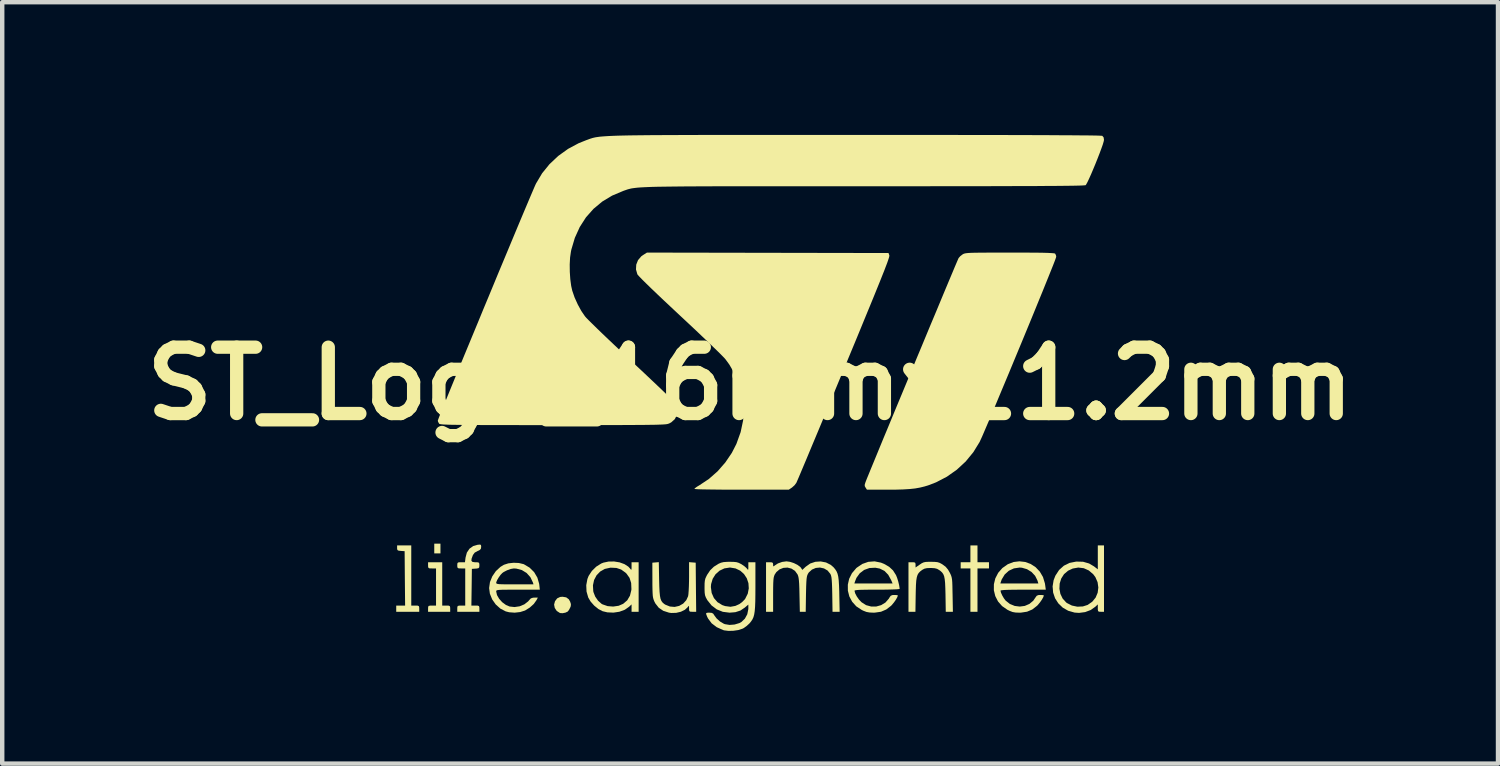
<source format=kicad_pcb>
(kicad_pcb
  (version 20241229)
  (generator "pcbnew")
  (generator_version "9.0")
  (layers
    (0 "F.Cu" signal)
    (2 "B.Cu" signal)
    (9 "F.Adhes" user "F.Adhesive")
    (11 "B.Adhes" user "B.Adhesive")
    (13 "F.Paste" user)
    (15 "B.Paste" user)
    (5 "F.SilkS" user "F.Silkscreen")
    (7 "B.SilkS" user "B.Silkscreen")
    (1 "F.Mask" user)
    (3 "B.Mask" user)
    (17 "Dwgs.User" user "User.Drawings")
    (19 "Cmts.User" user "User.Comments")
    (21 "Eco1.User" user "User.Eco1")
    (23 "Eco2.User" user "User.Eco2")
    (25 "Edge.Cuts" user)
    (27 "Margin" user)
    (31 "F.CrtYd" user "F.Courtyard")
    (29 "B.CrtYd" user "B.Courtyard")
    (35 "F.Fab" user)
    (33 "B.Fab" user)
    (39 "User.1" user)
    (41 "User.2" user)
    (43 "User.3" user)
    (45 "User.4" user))
  (footprint "ST_Logo_16mmx11.2mm"
    (layer "F.Cu")
    (at 13.907 5.62)
    (property "Reference" "ST_Logo_16mmx11.2mm" (at 0 0 0) (layer "F.SilkS") (effects (font (size 1.5 1.5) (thickness 0.3))))
    (attr board_only exclude_from_pos_files exclude_from_bom)
    (fp_poly (pts (xy -7 3.73) (xy -7 3.84) (xy -7.07 3.84) (xy -7.14 3.84) (xy -7.14 3.73) (xy -7.14 3.62) (xy -7.07 3.62) (xy -7 3.62)) (stroke (width 0) (type solid)) (fill yes) (layer "F.SilkS"))
    (fp_poly (pts (xy -4.157 4.834) (xy -4.099 4.877) (xy -4.068 4.932) (xy -4.051 4.986) (xy -4.054 5.032) (xy -4.067 5.065) (xy -4.094 5.117) (xy -4.122 5.154) (xy -4.124 5.155) (xy -4.173 5.179) (xy -4.237 5.192) (xy -4.293 5.189) (xy -4.3 5.187) (xy -4.371 5.141) (xy -4.416 5.074) (xy -4.431 4.998) (xy -4.411 4.922) (xy -4.362 4.857) (xy -4.295 4.825) (xy -4.24 4.82)) (stroke (width 0) (type solid)) (fill yes) (layer "F.SilkS"))
    (fp_poly (pts (xy -7.66 4.34) (xy -7.66 5.02) (xy -7.57 5.02) (xy -7.515 5.021) (xy -7.489 5.032) (xy -7.481 5.059) (xy -7.48 5.09) (xy -7.48 5.16) (xy -7.74 5.16) (xy -8 5.16) (xy -8 5.09) (xy -8 5.02) (xy -7.9 5.02) (xy -7.799 5.02) (xy -7.805 4.405) (xy -7.81 3.79) (xy -7.895 3.784) (xy -7.948 3.778) (xy -7.973 3.764) (xy -7.98 3.734) (xy -7.98 3.719) (xy -7.98 3.66) (xy -7.82 3.66) (xy -7.66 3.66)) (stroke (width 0) (type solid)) (fill yes) (layer "F.SilkS"))
    (fp_poly (pts (xy 5.14 3.85) (xy 5.14 4.04) (xy 5.27 4.04) (xy 5.4 4.04) (xy 5.4 4.11) (xy 5.4 4.18) (xy 5.27 4.18) (xy 5.14 4.18) (xy 5.14 4.67) (xy 5.14 5.16) (xy 5.06 5.16) (xy 4.98 5.16) (xy 4.98 4.67) (xy 4.98 4.18) (xy 4.87 4.18) (xy 4.76 4.18) (xy 4.76 4.11) (xy 4.76 4.04) (xy 4.87 4.04) (xy 4.98 4.04) (xy 4.98 3.85) (xy 4.98 3.66) (xy 5.06 3.66) (xy 5.14 3.66)) (stroke (width 0) (type solid)) (fill yes) (layer "F.SilkS"))
    (fp_poly (pts (xy -6.96 4.53) (xy -6.96 5.02) (xy -6.87 5.02) (xy -6.815 5.021) (xy -6.789 5.032) (xy -6.781 5.059) (xy -6.78 5.09) (xy -6.78 5.16) (xy -7.03 5.16) (xy -7.28 5.16) (xy -7.28 5.09) (xy -7.278 5.047) (xy -7.265 5.027) (xy -7.23 5.02) (xy -7.19 5.02) (xy -7.1 5.02) (xy -7.1 4.6) (xy -7.1 4.18) (xy -7.19 4.18) (xy -7.245 4.179) (xy -7.271 4.168) (xy -7.279 4.141) (xy -7.28 4.11) (xy -7.28 4.04) (xy -7.12 4.04) (xy -6.96 4.04)) (stroke (width 0) (type solid)) (fill yes) (layer "F.SilkS"))
    (fp_poly (pts (xy -1.305 4.044) (xy -1.23 4.05) (xy -1.225 4.605) (xy -1.219 5.16) (xy -1.3 5.16) (xy -1.351 5.158) (xy -1.374 5.145) (xy -1.38 5.11) (xy -1.38 5.086) (xy -1.381 5.038) (xy -1.387 5.026) (xy -1.404 5.045) (xy -1.411 5.056) (xy -1.475 5.115) (xy -1.565 5.159) (xy -1.671 5.184) (xy -1.782 5.187) (xy -1.833 5.18) (xy -1.963 5.138) (xy -2.065 5.069) (xy -2.142 4.971) (xy -2.167 4.922) (xy -2.181 4.886) (xy -2.192 4.849) (xy -2.2 4.802) (xy -2.204 4.741) (xy -2.207 4.657) (xy -2.209 4.546) (xy -2.209 4.44) (xy -2.21 4.05) (xy -2.137 4.044) (xy -2.064 4.038) (xy -2.057 4.434) (xy -2.053 4.588) (xy -2.047 4.708) (xy -2.038 4.799) (xy -2.025 4.866) (xy -2.005 4.915) (xy -1.978 4.952) (xy -1.943 4.982) (xy -1.917 4.999) (xy -1.813 5.041) (xy -1.706 5.05) (xy -1.604 5.027) (xy -1.513 4.975) (xy -1.443 4.898) (xy -1.402 4.809) (xy -1.395 4.763) (xy -1.389 4.685) (xy -1.384 4.584) (xy -1.381 4.469) (xy -1.38 4.384) (xy -1.38 4.038)) (stroke (width 0) (type solid)) (fill yes) (layer "F.SilkS"))
    (fp_poly (pts (xy -6.087 3.647) (xy -6.08 3.673) (xy -6.08 3.694) (xy -6.086 3.735) (xy -6.11 3.762) (xy -6.16 3.786) (xy -6.226 3.823) (xy -6.266 3.877) (xy -6.27 3.888) (xy -6.297 3.962) (xy -6.3 4.008) (xy -6.277 4.032) (xy -6.225 4.04) (xy -6.21 4.04) (xy -6.155 4.042) (xy -6.129 4.052) (xy -6.121 4.079) (xy -6.12 4.109) (xy -6.123 4.152) (xy -6.138 4.173) (xy -6.176 4.182) (xy -6.205 4.184) (xy -6.29 4.19) (xy -6.295 4.605) (xy -6.301 5.02) (xy -6.21 5.02) (xy -6.155 5.021) (xy -6.129 5.032) (xy -6.121 5.058) (xy -6.12 5.09) (xy -6.12 5.16) (xy -6.37 5.16) (xy -6.62 5.16) (xy -6.62 5.09) (xy -6.618 5.047) (xy -6.605 5.027) (xy -6.57 5.02) (xy -6.53 5.02) (xy -6.44 5.02) (xy -6.44 4.6) (xy -6.44 4.18) (xy -6.53 4.18) (xy -6.585 4.179) (xy -6.611 4.168) (xy -6.619 4.141) (xy -6.62 4.11) (xy -6.618 4.067) (xy -6.604 4.046) (xy -6.568 4.04) (xy -6.533 4.04) (xy -6.446 4.04) (xy -6.433 3.935) (xy -6.403 3.822) (xy -6.343 3.733) (xy -6.258 3.673) (xy -6.163 3.646) (xy -6.111 3.641)) (stroke (width 0) (type solid)) (fill yes) (layer "F.SilkS"))
    (fp_poly (pts (xy 4.174 4.032) (xy 4.235 4.038) (xy 4.283 4.053) (xy 4.334 4.08) (xy 4.351 4.091) (xy 4.421 4.143) (xy 4.474 4.207) (xy 4.51 4.269) (xy 4.531 4.311) (xy 4.546 4.347) (xy 4.557 4.386) (xy 4.565 4.432) (xy 4.57 4.495) (xy 4.573 4.579) (xy 4.575 4.693) (xy 4.577 4.774) (xy 4.584 5.16) (xy 4.503 5.16) (xy 4.423 5.16) (xy 4.417 4.775) (xy 4.413 4.625) (xy 4.408 4.509) (xy 4.399 4.422) (xy 4.386 4.356) (xy 4.366 4.308) (xy 4.339 4.27) (xy 4.302 4.236) (xy 4.275 4.217) (xy 4.227 4.189) (xy 4.171 4.175) (xy 4.094 4.17) (xy 4.08 4.17) (xy 3.998 4.173) (xy 3.94 4.186) (xy 3.892 4.212) (xy 3.885 4.217) (xy 3.842 4.25) (xy 3.809 4.285) (xy 3.785 4.326) (xy 3.768 4.381) (xy 3.756 4.455) (xy 3.749 4.554) (xy 3.745 4.683) (xy 3.743 4.775) (xy 3.737 5.16) (xy 3.658 5.16) (xy 3.58 5.16) (xy 3.58 4.6) (xy 3.58 4.04) (xy 3.66 4.04) (xy 3.711 4.042) (xy 3.734 4.055) (xy 3.74 4.087) (xy 3.74 4.1) (xy 3.74 4.159) (xy 3.832 4.095) (xy 3.881 4.062) (xy 3.923 4.043) (xy 3.972 4.033) (xy 4.04 4.03) (xy 4.088 4.03)) (stroke (width 0) (type solid)) (fill yes) (layer "F.SilkS"))
    (fp_poly (pts (xy 8 4.41) (xy 8 5.16) (xy 7.93 5.16) (xy 7.886 5.158) (xy 7.866 5.144) (xy 7.86 5.106) (xy 7.86 5.076) (xy 7.86 4.993) (xy 7.805 5.045) (xy 7.701 5.119) (xy 7.574 5.167) (xy 7.437 5.185) (xy 7.335 5.178) (xy 7.191 5.137) (xy 7.067 5.066) (xy 6.968 4.97) (xy 6.894 4.855) (xy 6.85 4.726) (xy 6.843 4.639) (xy 6.992 4.639) (xy 7.014 4.755) (xy 7.065 4.861) (xy 7.145 4.949) (xy 7.164 4.963) (xy 7.274 5.019) (xy 7.398 5.045) (xy 7.523 5.039) (xy 7.63 5.005) (xy 7.734 4.933) (xy 7.811 4.839) (xy 7.857 4.729) (xy 7.872 4.611) (xy 7.855 4.491) (xy 7.805 4.376) (xy 7.757 4.312) (xy 7.657 4.226) (xy 7.543 4.175) (xy 7.419 4.16) (xy 7.294 4.182) (xy 7.187 4.232) (xy 7.096 4.31) (xy 7.033 4.409) (xy 6.998 4.521) (xy 6.992 4.639) (xy 6.843 4.639) (xy 6.838 4.588) (xy 6.861 4.446) (xy 6.901 4.344) (xy 6.985 4.215) (xy 7.093 4.118) (xy 7.222 4.055) (xy 7.373 4.025) (xy 7.374 4.025) (xy 7.527 4.029) (xy 7.663 4.068) (xy 7.773 4.133) (xy 7.86 4.2) (xy 7.86 3.93) (xy 7.86 3.66) (xy 7.93 3.66) (xy 8 3.66)) (stroke (width 0) (type solid)) (fill yes) (layer "F.SilkS"))
    (fp_poly (pts (xy -2.95 4.043) (xy -2.84 4.083) (xy -2.752 4.14) (xy -2.711 4.185) (xy -2.692 4.209) (xy -2.683 4.207) (xy -2.68 4.175) (xy -2.68 4.134) (xy -2.68 4.04) (xy -2.6 4.04) (xy -2.52 4.04) (xy -2.52 4.6) (xy -2.52 5.16) (xy -2.6 5.16) (xy -2.68 5.16) (xy -2.68 5.076) (xy -2.68 4.993) (xy -2.735 5.045) (xy -2.833 5.114) (xy -2.955 5.159) (xy -3.089 5.179) (xy -3.226 5.173) (xy -3.335 5.147) (xy -3.431 5.097) (xy -3.525 5.02) (xy -3.606 4.928) (xy -3.659 4.838) (xy -3.698 4.702) (xy -3.704 4.562) (xy -3.553 4.562) (xy -3.546 4.692) (xy -3.541 4.716) (xy -3.502 4.816) (xy -3.439 4.908) (xy -3.362 4.977) (xy -3.337 4.992) (xy -3.221 5.032) (xy -3.096 5.042) (xy -2.972 5.024) (xy -2.87 4.98) (xy -2.778 4.901) (xy -2.716 4.796) (xy -2.685 4.669) (xy -2.683 4.647) (xy -2.689 4.509) (xy -2.726 4.393) (xy -2.796 4.295) (xy -2.819 4.274) (xy -2.915 4.205) (xy -3.022 4.169) (xy -3.149 4.163) (xy -3.162 4.164) (xy -3.285 4.191) (xy -3.389 4.25) (xy -3.471 4.335) (xy -3.527 4.441) (xy -3.553 4.562) (xy -3.704 4.562) (xy -3.704 4.558) (xy -3.678 4.419) (xy -3.651 4.35) (xy -3.577 4.237) (xy -3.479 4.14) (xy -3.366 4.069) (xy -3.316 4.049) (xy -3.198 4.024) (xy -3.073 4.023)) (stroke (width 0) (type solid)) (fill yes) (layer "F.SilkS"))
    (fp_poly (pts (xy 6.219 4.034) (xy 6.342 4.079) (xy 6.454 4.152) (xy 6.548 4.251) (xy 6.62 4.373) (xy 6.664 4.517) (xy 6.67 4.555) (xy 6.684 4.66) (xy 6.172 4.66) (xy 5.992 4.661) (xy 5.85 4.663) (xy 5.748 4.667) (xy 5.684 4.673) (xy 5.66 4.68) (xy 5.66 4.681) (xy 5.671 4.728) (xy 5.7 4.792) (xy 5.738 4.857) (xy 5.776 4.907) (xy 5.872 4.983) (xy 5.982 5.028) (xy 6.097 5.042) (xy 6.21 5.027) (xy 6.314 4.982) (xy 6.401 4.91) (xy 6.452 4.835) (xy 6.479 4.798) (xy 6.517 4.782) (xy 6.561 4.78) (xy 6.61 4.782) (xy 6.638 4.788) (xy 6.64 4.791) (xy 6.628 4.828) (xy 6.597 4.884) (xy 6.554 4.946) (xy 6.507 5.003) (xy 6.487 5.024) (xy 6.379 5.108) (xy 6.261 5.158) (xy 6.124 5.179) (xy 6.087 5.18) (xy 6 5.177) (xy 5.933 5.165) (xy 5.866 5.139) (xy 5.817 5.115) (xy 5.696 5.031) (xy 5.604 4.926) (xy 5.542 4.805) (xy 5.51 4.673) (xy 5.511 4.538) (xy 5.515 4.52) (xy 5.657 4.52) (xy 6.087 4.52) (xy 6.516 4.52) (xy 6.495 4.451) (xy 6.443 4.347) (xy 6.362 4.26) (xy 6.259 4.197) (xy 6.145 4.164) (xy 6.093 4.16) (xy 5.963 4.179) (xy 5.849 4.232) (xy 5.756 4.316) (xy 5.688 4.428) (xy 5.671 4.475) (xy 5.657 4.52) (xy 5.515 4.52) (xy 5.543 4.405) (xy 5.608 4.279) (xy 5.703 4.171) (xy 5.825 4.085) (xy 5.955 4.035) (xy 6.088 4.019)) (stroke (width 0) (type solid)) (fill yes) (layer "F.SilkS"))
    (fp_poly (pts (xy -5.228 4.057) (xy -5.124 4.082) (xy -5.113 4.086) (xy -4.985 4.162) (xy -4.882 4.264) (xy -4.809 4.388) (xy -4.769 4.527) (xy -4.766 4.55) (xy -4.754 4.66) (xy -5.247 4.66) (xy -5.4 4.66) (xy -5.517 4.661) (xy -5.604 4.662) (xy -5.665 4.665) (xy -5.704 4.669) (xy -5.727 4.675) (xy -5.737 4.684) (xy -5.74 4.695) (xy -5.74 4.701) (xy -5.722 4.782) (xy -5.674 4.865) (xy -5.605 4.943) (xy -5.521 5.005) (xy -5.437 5.041) (xy -5.325 5.053) (xy -5.21 5.036) (xy -5.104 4.992) (xy -5.018 4.925) (xy -4.997 4.9) (xy -4.956 4.857) (xy -4.907 4.841) (xy -4.876 4.84) (xy -4.799 4.84) (xy -4.828 4.896) (xy -4.89 4.983) (xy -4.98 5.064) (xy -5.084 5.129) (xy -5.09 5.132) (xy -5.198 5.166) (xy -5.322 5.18) (xy -5.446 5.171) (xy -5.525 5.151) (xy -5.646 5.088) (xy -5.75 4.995) (xy -5.831 4.88) (xy -5.883 4.751) (xy -5.9 4.623) (xy -5.883 4.503) (xy -5.74 4.503) (xy -5.738 4.515) (xy -5.728 4.524) (xy -5.706 4.531) (xy -5.666 4.536) (xy -5.604 4.538) (xy -5.514 4.54) (xy -5.391 4.54) (xy -5.319 4.54) (xy -4.897 4.54) (xy -4.911 4.495) (xy -4.967 4.378) (xy -5.052 4.283) (xy -5.16 4.217) (xy -5.284 4.184) (xy -5.342 4.18) (xy -5.412 4.192) (xy -5.495 4.222) (xy -5.572 4.262) (xy -5.602 4.284) (xy -5.642 4.326) (xy -5.683 4.383) (xy -5.718 4.442) (xy -5.738 4.49) (xy -5.74 4.503) (xy -5.883 4.503) (xy -5.881 4.488) (xy -5.828 4.358) (xy -5.747 4.24) (xy -5.643 4.144) (xy -5.565 4.097) (xy -5.465 4.065) (xy -5.347 4.052)) (stroke (width 0) (type solid)) (fill yes) (layer "F.SilkS"))
    (fp_poly (pts (xy 2.958 4.049) (xy 3.03 4.078) (xy 3.144 4.144) (xy 3.23 4.224) (xy 3.297 4.329) (xy 3.298 4.33) (xy 3.323 4.392) (xy 3.348 4.473) (xy 3.368 4.556) (xy 3.379 4.625) (xy 3.38 4.643) (xy 3.361 4.647) (xy 3.307 4.652) (xy 3.224 4.655) (xy 3.117 4.658) (xy 2.99 4.66) (xy 2.87 4.66) (xy 2.707 4.66) (xy 2.58 4.662) (xy 2.485 4.664) (xy 2.42 4.668) (xy 2.38 4.674) (xy 2.362 4.681) (xy 2.36 4.685) (xy 2.375 4.743) (xy 2.412 4.814) (xy 2.463 4.886) (xy 2.52 4.945) (xy 2.622 5.01) (xy 2.736 5.041) (xy 2.851 5.041) (xy 2.962 5.01) (xy 3.059 4.951) (xy 3.136 4.863) (xy 3.152 4.835) (xy 3.179 4.798) (xy 3.217 4.782) (xy 3.261 4.78) (xy 3.31 4.782) (xy 3.338 4.788) (xy 3.34 4.791) (xy 3.328 4.828) (xy 3.297 4.884) (xy 3.254 4.946) (xy 3.207 5.003) (xy 3.187 5.024) (xy 3.078 5.108) (xy 2.959 5.159) (xy 2.821 5.179) (xy 2.788 5.18) (xy 2.699 5.176) (xy 2.629 5.163) (xy 2.557 5.135) (xy 2.523 5.118) (xy 2.4 5.037) (xy 2.307 4.933) (xy 2.243 4.813) (xy 2.21 4.683) (xy 2.209 4.548) (xy 2.215 4.52) (xy 2.357 4.52) (xy 2.789 4.52) (xy 3.221 4.52) (xy 3.189 4.445) (xy 3.122 4.323) (xy 3.037 4.236) (xy 2.931 4.183) (xy 2.831 4.164) (xy 2.697 4.171) (xy 2.578 4.214) (xy 2.479 4.289) (xy 2.404 4.393) (xy 2.371 4.475) (xy 2.357 4.52) (xy 2.215 4.52) (xy 2.239 4.414) (xy 2.302 4.288) (xy 2.399 4.174) (xy 2.41 4.164) (xy 2.535 4.079) (xy 2.671 4.031) (xy 2.814 4.02)) (stroke (width 0) (type solid)) (fill yes) (layer "F.SilkS"))
    (fp_poly (pts (xy 0.903 4.031) (xy 0.989 4.059) (xy 1.07 4.099) (xy 1.131 4.144) (xy 1.149 4.165) (xy 1.18 4.213) (xy 1.257 4.141) (xy 1.358 4.069) (xy 1.475 4.03) (xy 1.596 4.022) (xy 1.716 4.045) (xy 1.824 4.1) (xy 1.884 4.152) (xy 1.923 4.198) (xy 1.953 4.244) (xy 1.976 4.298) (xy 1.992 4.364) (xy 2.003 4.45) (xy 2.01 4.561) (xy 2.015 4.704) (xy 2.016 4.765) (xy 2.024 5.16) (xy 1.944 5.16) (xy 1.863 5.16) (xy 1.857 4.765) (xy 1.854 4.624) (xy 1.85 4.518) (xy 1.845 4.439) (xy 1.839 4.383) (xy 1.83 4.342) (xy 1.818 4.312) (xy 1.814 4.304) (xy 1.752 4.228) (xy 1.671 4.18) (xy 1.579 4.16) (xy 1.485 4.169) (xy 1.398 4.206) (xy 1.327 4.271) (xy 1.306 4.304) (xy 1.293 4.333) (xy 1.283 4.37) (xy 1.276 4.421) (xy 1.271 4.493) (xy 1.267 4.591) (xy 1.264 4.721) (xy 1.263 4.765) (xy 1.257 5.16) (xy 1.191 5.16) (xy 1.124 5.16) (xy 1.116 4.775) (xy 1.113 4.635) (xy 1.109 4.529) (xy 1.103 4.45) (xy 1.096 4.393) (xy 1.086 4.351) (xy 1.073 4.317) (xy 1.072 4.315) (xy 1.014 4.235) (xy 0.935 4.184) (xy 0.846 4.161) (xy 0.753 4.167) (xy 0.666 4.201) (xy 0.593 4.263) (xy 0.555 4.32) (xy 0.543 4.351) (xy 0.533 4.389) (xy 0.527 4.441) (xy 0.523 4.513) (xy 0.521 4.611) (xy 0.52 4.742) (xy 0.52 4.775) (xy 0.52 5.16) (xy 0.44 5.16) (xy 0.36 5.16) (xy 0.36 4.6) (xy 0.36 4.04) (xy 0.44 4.04) (xy 0.491 4.043) (xy 0.514 4.055) (xy 0.52 4.086) (xy 0.52 4.093) (xy 0.522 4.129) (xy 0.536 4.131) (xy 0.556 4.114) (xy 0.629 4.067) (xy 0.724 4.033) (xy 0.82 4.02) (xy 0.824 4.02)) (stroke (width 0) (type solid)) (fill yes) (layer "F.SilkS"))
    (fp_poly (pts (xy 0.399 -2.955) (xy 3.129 -2.95) (xy 3.147 -2.899) (xy 3.148 -2.887) (xy 3.144 -2.866) (xy 3.135 -2.834) (xy 3.12 -2.788) (xy 3.099 -2.728) (xy 3.07 -2.652) (xy 3.034 -2.557) (xy 2.988 -2.442) (xy 2.934 -2.306) (xy 2.869 -2.146) (xy 2.794 -1.961) (xy 2.707 -1.749) (xy 2.608 -1.509) (xy 2.497 -1.238) (xy 2.372 -0.935) (xy 2.232 -0.598) (xy 2.121 -0.329) (xy 1.995 -0.026) (xy 1.873 0.268) (xy 1.756 0.549) (xy 1.645 0.817) (xy 1.54 1.069) (xy 1.442 1.303) (xy 1.353 1.516) (xy 1.274 1.706) (xy 1.204 1.872) (xy 1.146 2.01) (xy 1.1 2.119) (xy 1.066 2.197) (xy 1.047 2.241) (xy 1.042 2.25) (xy 1.002 2.302) (xy 0.948 2.35) (xy 0.941 2.355) (xy 0.874 2.4) (xy -0.193 2.4) (xy -0.413 2.4) (xy -0.615 2.399) (xy -0.794 2.397) (xy -0.949 2.395) (xy -1.075 2.393) (xy -1.171 2.39) (xy -1.234 2.386) (xy -1.259 2.383) (xy -1.26 2.382) (xy -1.244 2.364) (xy -1.202 2.333) (xy -1.145 2.299) (xy -0.933 2.158) (xy -0.736 1.985) (xy -0.561 1.785) (xy -0.413 1.567) (xy -0.31 1.365) (xy -0.214 1.098) (xy -0.158 0.833) (xy -0.142 0.57) (xy -0.166 0.311) (xy -0.229 0.057) (xy -0.331 -0.191) (xy -0.472 -0.432) (xy -0.553 -0.543) (xy -0.583 -0.578) (xy -0.64 -0.636) (xy -0.721 -0.717) (xy -0.823 -0.816) (xy -0.943 -0.932) (xy -1.079 -1.061) (xy -1.227 -1.202) (xy -1.385 -1.35) (xy -1.551 -1.505) (xy -1.58 -1.532) (xy -1.768 -1.708) (xy -1.941 -1.87) (xy -2.095 -2.016) (xy -2.23 -2.145) (xy -2.344 -2.256) (xy -2.434 -2.345) (xy -2.5 -2.413) (xy -2.539 -2.456) (xy -2.549 -2.47) (xy -2.58 -2.579) (xy -2.574 -2.688) (xy -2.534 -2.789) (xy -2.462 -2.874) (xy -2.422 -2.903) (xy -2.332 -2.96)) (stroke (width 0) (type solid)) (fill yes) (layer "F.SilkS"))
    (fp_poly (pts (xy 6.113 -2.96) (xy 6.317 -2.959) (xy 6.486 -2.958) (xy 6.622 -2.956) (xy 6.728 -2.953) (xy 6.806 -2.949) (xy 6.859 -2.945) (xy 6.888 -2.94) (xy 6.896 -2.936) (xy 6.915 -2.898) (xy 6.92 -2.865) (xy 6.912 -2.84) (xy 6.891 -2.781) (xy 6.856 -2.691) (xy 6.809 -2.573) (xy 6.751 -2.429) (xy 6.684 -2.263) (xy 6.609 -2.077) (xy 6.526 -1.875) (xy 6.438 -1.659) (xy 6.345 -1.432) (xy 6.248 -1.197) (xy 6.149 -0.957) (xy 6.048 -0.714) (xy 5.948 -0.473) (xy 5.849 -0.234) (xy 5.752 -0.002) (xy 5.659 0.22) (xy 5.571 0.431) (xy 5.489 0.626) (xy 5.414 0.804) (xy 5.347 0.96) (xy 5.29 1.093) (xy 5.244 1.2) (xy 5.209 1.276) (xy 5.189 1.32) (xy 5.047 1.551) (xy 4.874 1.762) (xy 4.673 1.948) (xy 4.449 2.106) (xy 4.205 2.233) (xy 4.054 2.292) (xy 3.947 2.326) (xy 3.841 2.352) (xy 3.73 2.372) (xy 3.607 2.385) (xy 3.463 2.394) (xy 3.294 2.399) (xy 3.108 2.4) (xy 2.641 2.4) (xy 2.61 2.352) (xy 2.593 2.322) (xy 2.59 2.292) (xy 2.602 2.248) (xy 2.621 2.197) (xy 2.644 2.139) (xy 2.681 2.049) (xy 2.73 1.929) (xy 2.79 1.784) (xy 2.86 1.614) (xy 2.938 1.424) (xy 3.024 1.215) (xy 3.118 0.99) (xy 3.216 0.752) (xy 3.319 0.503) (xy 3.426 0.246) (xy 3.535 -0.016) (xy 3.645 -0.281) (xy 3.755 -0.547) (xy 3.865 -0.81) (xy 3.972 -1.068) (xy 4.076 -1.319) (xy 4.177 -1.559) (xy 4.272 -1.787) (xy 4.36 -1.999) (xy 4.441 -2.193) (xy 4.514 -2.367) (xy 4.577 -2.517) (xy 4.629 -2.641) (xy 4.67 -2.737) (xy 4.698 -2.802) (xy 4.712 -2.834) (xy 4.713 -2.836) (xy 4.75 -2.878) (xy 4.802 -2.918) (xy 4.806 -2.921) (xy 4.822 -2.93) (xy 4.841 -2.937) (xy 4.866 -2.943) (xy 4.901 -2.948) (xy 4.949 -2.952) (xy 5.014 -2.955) (xy 5.099 -2.957) (xy 5.208 -2.958) (xy 5.344 -2.959) (xy 5.511 -2.96) (xy 5.712 -2.96) (xy 5.871 -2.96)) (stroke (width 0) (type solid)) (fill yes) (layer "F.SilkS"))
    (fp_poly (pts (xy -0.371 4.032) (xy -0.309 4.038) (xy -0.259 4.053) (xy -0.209 4.078) (xy -0.196 4.085) (xy -0.136 4.125) (xy -0.088 4.166) (xy -0.071 4.185) (xy -0.052 4.209) (xy -0.043 4.207) (xy -0.04 4.175) (xy -0.04 4.134) (xy -0.04 4.04) (xy 0.04 4.04) (xy 0.12 4.04) (xy 0.12 4.586) (xy 0.119 4.774) (xy 0.117 4.926) (xy 0.112 5.048) (xy 0.104 5.145) (xy 0.092 5.222) (xy 0.075 5.283) (xy 0.052 5.333) (xy 0.022 5.378) (xy -0.014 5.422) (xy -0.016 5.424) (xy -0.077 5.48) (xy -0.145 5.529) (xy -0.176 5.544) (xy -0.267 5.573) (xy -0.377 5.589) (xy -0.488 5.592) (xy -0.585 5.58) (xy -0.61 5.573) (xy -0.755 5.508) (xy -0.87 5.42) (xy -0.952 5.31) (xy -0.973 5.267) (xy -0.993 5.214) (xy -0.993 5.189) (xy -0.967 5.181) (xy -0.921 5.18) (xy -0.865 5.185) (xy -0.832 5.205) (xy -0.812 5.237) (xy -0.757 5.311) (xy -0.68 5.38) (xy -0.595 5.43) (xy -0.569 5.44) (xy -0.465 5.457) (xy -0.351 5.448) (xy -0.244 5.416) (xy -0.196 5.39) (xy -0.118 5.315) (xy -0.064 5.216) (xy -0.041 5.102) (xy -0.04 5.083) (xy -0.04 4.997) (xy -0.12 5.065) (xy -0.219 5.132) (xy -0.333 5.169) (xy -0.464 5.18) (xy -0.616 5.161) (xy -0.753 5.106) (xy -0.871 5.017) (xy -0.968 4.896) (xy -0.975 4.883) (xy -1.002 4.833) (xy -1.019 4.786) (xy -1.027 4.73) (xy -1.03 4.652) (xy -1.03 4.61) (xy -1.03 4.602) (xy -0.887 4.602) (xy -0.869 4.735) (xy -0.818 4.85) (xy -0.737 4.943) (xy -0.629 5.009) (xy -0.564 5.031) (xy -0.444 5.047) (xy -0.333 5.027) (xy -0.245 4.987) (xy -0.181 4.941) (xy -0.124 4.883) (xy -0.111 4.866) (xy -0.053 4.75) (xy -0.03 4.63) (xy -0.038 4.513) (xy -0.075 4.403) (xy -0.138 4.307) (xy -0.223 4.231) (xy -0.329 4.18) (xy -0.451 4.16) (xy -0.459 4.16) (xy -0.582 4.179) (xy -0.691 4.231) (xy -0.781 4.311) (xy -0.846 4.414) (xy -0.882 4.535) (xy -0.887 4.602) (xy -1.03 4.602) (xy -1.029 4.519) (xy -1.023 4.455) (xy -1.01 4.403) (xy -0.986 4.352) (xy -0.971 4.323) (xy -0.902 4.221) (xy -0.819 4.141) (xy -0.712 4.074) (xy -0.659 4.051) (xy -0.6 4.037) (xy -0.522 4.031) (xy -0.46 4.03)) (stroke (width 0) (type solid)) (fill yes) (layer "F.SilkS"))
    (fp_poly (pts (xy 1.277 -5.62) (xy 1.805 -5.62) (xy 2.372 -5.62) (xy 2.386 -5.62) (xy 3.019 -5.62) (xy 3.613 -5.62) (xy 4.167 -5.619) (xy 4.682 -5.619) (xy 5.158 -5.618) (xy 5.596 -5.618) (xy 5.995 -5.617) (xy 6.357 -5.616) (xy 6.681 -5.615) (xy 6.968 -5.613) (xy 7.218 -5.612) (xy 7.431 -5.61) (xy 7.608 -5.609) (xy 7.749 -5.607) (xy 7.854 -5.605) (xy 7.923 -5.602) (xy 7.958 -5.6) (xy 7.961 -5.599) (xy 7.991 -5.565) (xy 8 -5.508) (xy 7.992 -5.469) (xy 7.972 -5.401) (xy 7.94 -5.311) (xy 7.9 -5.203) (xy 7.854 -5.085) (xy 7.805 -4.962) (xy 7.755 -4.842) (xy 7.707 -4.729) (xy 7.663 -4.631) (xy 7.626 -4.553) (xy 7.598 -4.502) (xy 7.586 -4.485) (xy 7.575 -4.482) (xy 7.549 -4.48) (xy 7.506 -4.477) (xy 7.447 -4.475) (xy 7.368 -4.473) (xy 7.269 -4.471) (xy 7.149 -4.47) (xy 7.007 -4.468) (xy 6.84 -4.467) (xy 6.649 -4.466) (xy 6.431 -4.464) (xy 6.185 -4.464) (xy 5.911 -4.463) (xy 5.607 -4.462) (xy 5.271 -4.461) (xy 4.903 -4.461) (xy 4.501 -4.461) (xy 4.063 -4.46) (xy 3.59 -4.46) (xy 3.079 -4.46) (xy 2.579 -4.46) (xy 2.044 -4.46) (xy 1.547 -4.46) (xy 1.087 -4.46) (xy 0.663 -4.46) (xy 0.272 -4.46) (xy -0.086 -4.46) (xy -0.413 -4.459) (xy -0.711 -4.459) (xy -0.981 -4.458) (xy -1.224 -4.457) (xy -1.443 -4.456) (xy -1.639 -4.454) (xy -1.812 -4.452) (xy -1.966 -4.45) (xy -2.1 -4.448) (xy -2.218 -4.445) (xy -2.319 -4.441) (xy -2.407 -4.437) (xy -2.481 -4.433) (xy -2.545 -4.428) (xy -2.599 -4.422) (xy -2.645 -4.416) (xy -2.684 -4.41) (xy -2.718 -4.402) (xy -2.749 -4.394) (xy -2.777 -4.386) (xy -2.805 -4.376) (xy -2.834 -4.366) (xy -2.865 -4.355) (xy -2.87 -4.353) (xy -3.119 -4.248) (xy -3.343 -4.113) (xy -3.541 -3.948) (xy -3.711 -3.756) (xy -3.851 -3.538) (xy -3.962 -3.294) (xy -4.041 -3.028) (xy -4.051 -2.979) (xy -4.07 -2.847) (xy -4.078 -2.691) (xy -4.076 -2.524) (xy -4.065 -2.358) (xy -4.045 -2.208) (xy -4.021 -2.1) (xy -3.968 -1.946) (xy -3.896 -1.787) (xy -3.815 -1.639) (xy -3.732 -1.518) (xy -3.702 -1.484) (xy -3.645 -1.426) (xy -3.565 -1.347) (xy -3.464 -1.248) (xy -3.344 -1.132) (xy -3.209 -1.003) (xy -3.061 -0.863) (xy -2.904 -0.714) (xy -2.739 -0.559) (xy -2.707 -0.529) (xy -2.543 -0.375) (xy -2.386 -0.228) (xy -2.24 -0.09) (xy -2.107 0.036) (xy -1.989 0.148) (xy -1.89 0.244) (xy -1.812 0.32) (xy -1.756 0.375) (xy -1.727 0.405) (xy -1.724 0.408) (xy -1.666 0.513) (xy -1.644 0.618) (xy -1.657 0.718) (xy -1.703 0.806) (xy -1.782 0.877) (xy -1.828 0.902) (xy -1.842 0.907) (xy -1.858 0.912) (xy -1.878 0.917) (xy -1.906 0.921) (xy -1.943 0.924) (xy -1.991 0.927) (xy -2.052 0.929) (xy -2.129 0.932) (xy -2.223 0.933) (xy -2.337 0.935) (xy -2.473 0.936) (xy -2.632 0.937) (xy -2.818 0.938) (xy -3.031 0.939) (xy -3.275 0.939) (xy -3.551 0.939) (xy -3.861 0.939) (xy -4.208 0.94) (xy -4.454 0.94) (xy -4.827 0.94) (xy -5.163 0.94) (xy -5.463 0.939) (xy -5.729 0.939) (xy -5.963 0.939) (xy -6.168 0.938) (xy -6.344 0.937) (xy -6.495 0.936) (xy -6.622 0.934) (xy -6.727 0.933) (xy -6.812 0.931) (xy -6.88 0.928) (xy -6.933 0.926) (xy -6.971 0.922) (xy -6.998 0.919) (xy -7.016 0.915) (xy -7.026 0.911) (xy -7.029 0.909) (xy -7.054 0.865) (xy -7.06 0.837) (xy -7.052 0.815) (xy -7.031 0.758) (xy -6.995 0.669) (xy -6.948 0.551) (xy -6.889 0.406) (xy -6.82 0.237) (xy -6.742 0.046) (xy -6.656 -0.164) (xy -6.563 -0.39) (xy -6.464 -0.631) (xy -6.359 -0.884) (xy -6.251 -1.145) (xy -6.14 -1.413) (xy -6.028 -1.686) (xy -5.914 -1.959) (xy -5.801 -2.232) (xy -5.69 -2.501) (xy -5.58 -2.764) (xy -5.474 -3.018) (xy -5.373 -3.261) (xy -5.277 -3.491) (xy -5.188 -3.704) (xy -5.106 -3.899) (xy -5.033 -4.072) (xy -4.97 -4.221) (xy -4.917 -4.345) (xy -4.877 -4.439) (xy -4.849 -4.502) (xy -4.837 -4.526) (xy -4.702 -4.753) (xy -4.534 -4.96) (xy -4.337 -5.145) (xy -4.116 -5.304) (xy -3.875 -5.433) (xy -3.71 -5.499) (xy -3.677 -5.511) (xy -3.647 -5.522) (xy -3.618 -5.533) (xy -3.589 -5.542) (xy -3.56 -5.551) (xy -3.527 -5.559) (xy -3.49 -5.567) (xy -3.448 -5.573) (xy -3.398 -5.58) (xy -3.34 -5.585) (xy -3.272 -5.59) (xy -3.193 -5.595) (xy -3.101 -5.599) (xy -2.995 -5.603) (xy -2.873 -5.606) (xy -2.734 -5.609) (xy -2.576 -5.611) (xy -2.399 -5.613) (xy -2.2 -5.615) (xy -1.979 -5.616) (xy -1.733 -5.617) (xy -1.461 -5.618) (xy -1.163 -5.619) (xy -0.836 -5.619) (xy -0.479 -5.62) (xy -0.09 -5.62) (xy 0.331 -5.62) (xy 0.786 -5.62)) (stroke (width 0) (type solid)) (fill yes) (layer "F.SilkS")))
  (gr_rect
    (start -3 -3)
    (end 30.814 14.212)
    (stroke (width 0.1) (type default))
    (fill no)
    (layer "Edge.Cuts")))
</source>
